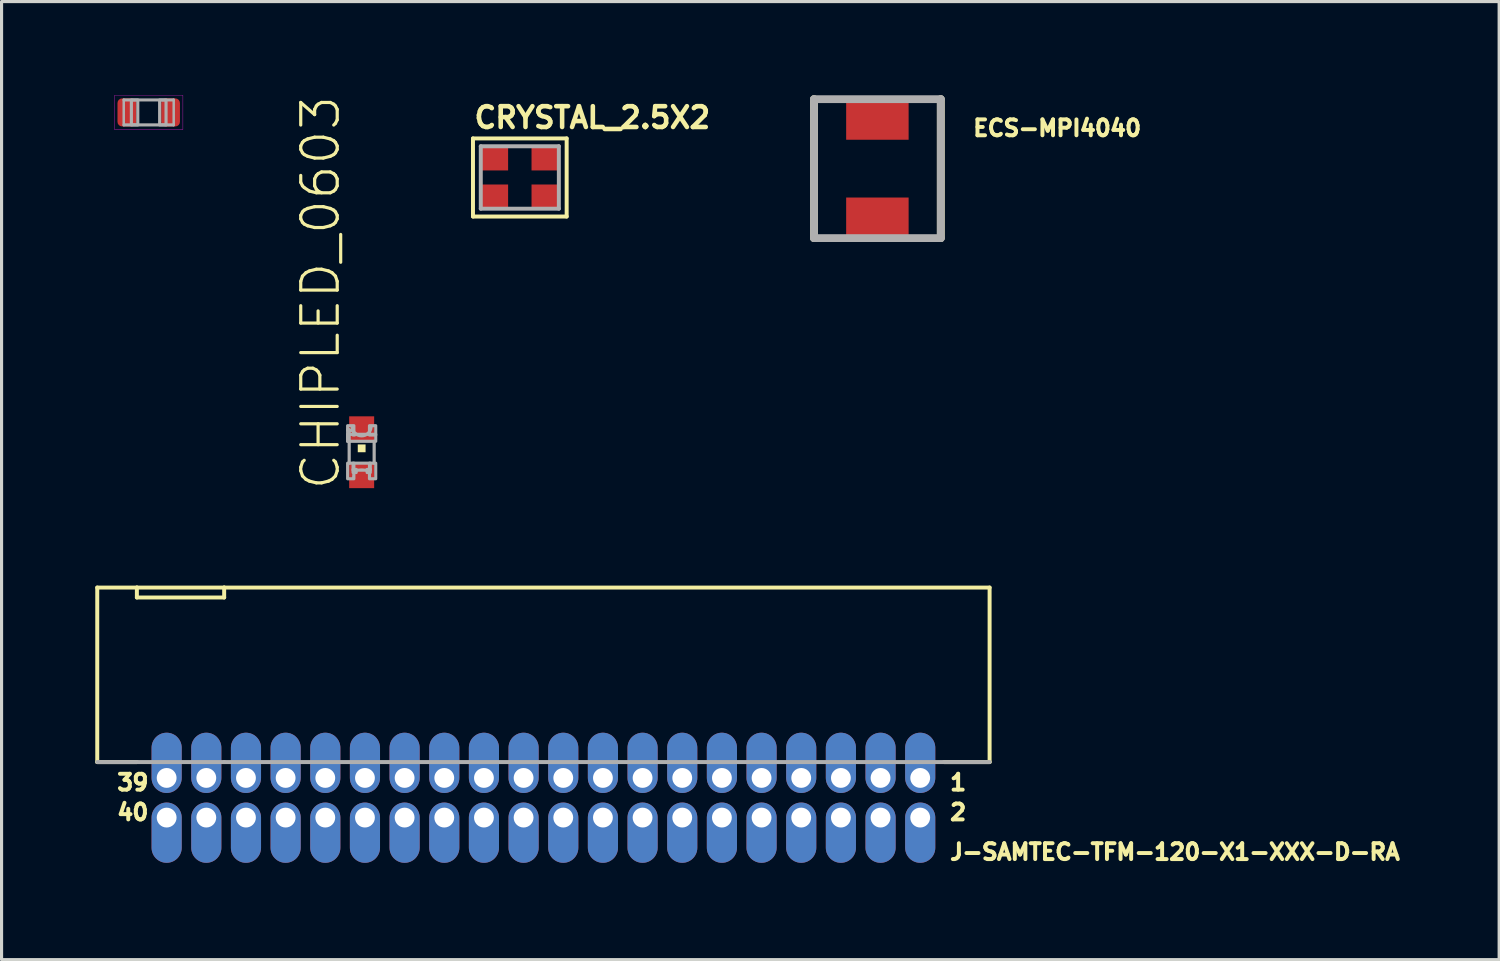
<source format=kicad_pcb>
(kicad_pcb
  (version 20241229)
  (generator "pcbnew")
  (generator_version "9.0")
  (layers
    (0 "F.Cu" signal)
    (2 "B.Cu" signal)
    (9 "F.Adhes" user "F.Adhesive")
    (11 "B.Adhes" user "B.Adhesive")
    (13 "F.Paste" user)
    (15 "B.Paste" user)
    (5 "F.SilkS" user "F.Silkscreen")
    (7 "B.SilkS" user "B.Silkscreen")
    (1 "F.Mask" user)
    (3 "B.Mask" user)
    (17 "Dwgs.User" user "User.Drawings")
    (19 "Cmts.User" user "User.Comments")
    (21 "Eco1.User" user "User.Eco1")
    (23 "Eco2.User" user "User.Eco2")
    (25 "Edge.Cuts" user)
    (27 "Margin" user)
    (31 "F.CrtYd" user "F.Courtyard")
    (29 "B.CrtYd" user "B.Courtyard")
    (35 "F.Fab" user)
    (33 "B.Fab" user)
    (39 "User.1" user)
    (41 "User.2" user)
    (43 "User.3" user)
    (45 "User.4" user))
  (footprint "CRYSTAL_2.5X2"
    (layer "F.Cu")
    (at 13.595 2.633)
    (property "Reference" "CRYSTAL_2.5X2" (at -1.532 -1.528 0) (layer "F.SilkS") (effects (font (size 0.666 0.666) (thickness 0.146)) (justify left bottom)))
    (fp_line (start -1.5 -1.25) (end 1.5 -1.25) (stroke (width 0.127) (type solid)) (layer "F.SilkS"))
    (fp_line (start -1.5 1.25) (end -1.5 -1.25) (stroke (width 0.127) (type solid)) (layer "F.SilkS"))
    (fp_line (start 1.5 -1.25) (end 1.5 1.25) (stroke (width 0.127) (type solid)) (layer "F.SilkS"))
    (fp_line (start 1.5 1.25) (end -1.5 1.25) (stroke (width 0.127) (type solid)) (layer "F.SilkS"))
    (fp_line (start -1.25 -1) (end 1.25 -1) (stroke (width 0.127) (type solid)) (layer "F.Fab"))
    (fp_line (start -1.25 1) (end -1.25 -1) (stroke (width 0.127) (type solid)) (layer "F.Fab"))
    (fp_line (start 1.25 -1) (end 1.25 1) (stroke (width 0.127) (type solid)) (layer "F.Fab"))
    (fp_line (start 1.25 1) (end -1.25 1) (stroke (width 0.127) (type solid)) (layer "F.Fab"))
    (pad "1" smd rect (at -0.825 0.625) (size 0.9 0.8) (layers "F.Cu" "F.Mask" "F.Paste"))
    (pad "2" smd rect (at 0.825 0.625) (size 0.9 0.8) (layers "F.Cu" "F.Mask" "F.Paste"))
    (pad "3" smd rect (at 0.825 -0.625) (size 0.9 0.8) (layers "F.Cu" "F.Mask" "F.Paste"))
    (pad "4" smd rect (at -0.825 -0.625) (size 0.9 0.8) (layers "F.Cu" "F.Mask" "F.Paste")))
  (footprint "J-SAMTEC-TFM-120-X1-XXX-D-RA"
    (layer "F.Cu")
    (at 14.351 22.495)
    (property "Reference" "J-SAMTEC-TFM-120-X1-XXX-D-RA" (at 12.954 2.032 0) (layer "F.SilkS") (effects (font (size 0.508 0.508) (thickness 0.127)) (justify left bottom)))
    (fp_line (start -14.287 -6.731) (end -13.018 -6.731) (stroke (width 0.127) (type solid)) (layer "F.SilkS"))
    (fp_line (start -14.287 -1.143) (end -14.287 -6.731) (stroke (width 0.127) (type solid)) (layer "F.SilkS"))
    (fp_line (start -14.287 -1.143) (end -13.018 -1.143) (stroke (width 0.127) (type solid)) (layer "F.SilkS"))
    (fp_line (start -13.018 -6.731) (end -13.018 -6.413) (stroke (width 0.127) (type solid)) (layer "F.SilkS"))
    (fp_line (start -13.018 -6.731) (end -10.223 -6.731) (stroke (width 0.127) (type solid)) (layer "F.SilkS"))
    (fp_line (start -13.018 -6.413) (end -10.223 -6.413) (stroke (width 0.127) (type solid)) (layer "F.SilkS"))
    (fp_line (start -10.223 -6.731) (end 14.287 -6.731) (stroke (width 0.127) (type solid)) (layer "F.SilkS"))
    (fp_line (start -10.223 -6.413) (end -10.223 -6.731) (stroke (width 0.127) (type solid)) (layer "F.SilkS"))
    (fp_line (start 12.827 -1.143) (end 14.287 -1.143) (stroke (width 0.127) (type solid)) (layer "F.SilkS"))
    (fp_line (start 14.287 -6.731) (end 14.287 -1.143) (stroke (width 0.127) (type solid)) (layer "F.SilkS"))
    (fp_line (start -14.287 -1.143) (end -13.018 -1.143) (stroke (width 0.127) (type solid)) (layer "F.Fab"))
    (fp_line (start -13.018 -1.143) (end -10.223 -1.143) (stroke (width 0.127) (type solid)) (layer "F.Fab"))
    (fp_line (start -10.223 -1.143) (end 14.287 -1.143) (stroke (width 0.127) (type solid)) (layer "F.Fab"))
    (fp_text user "39" (at -13.716 -0.191 0) (layer "F.SilkS") (effects (font (size 0.508 0.508) (thickness 0.127)) (justify left bottom)))
    (fp_text user "40" (at -13.716 0.762 0) (layer "F.SilkS") (effects (font (size 0.508 0.508) (thickness 0.127)) (justify left bottom)))
    (fp_text user "1" (at 12.954 -0.191 0) (layer "F.SilkS") (effects (font (size 0.508 0.508) (thickness 0.127)) (justify left bottom)))
    (fp_text user "2" (at 12.954 0.762 0) (layer "F.SilkS") (effects (font (size 0.508 0.508) (thickness 0.127)) (justify left bottom)))
    (pad "1" thru_hole oval (at 12.065 -0.635 90) (size 1.93 0.965) (drill 0.635 (offset 0.483 0)) (layers "*.Cu" "*.Mask"))
    (pad "2" thru_hole oval (at 12.065 0.635 270) (size 1.93 0.965) (drill 0.635 (offset 0.483 0)) (layers "*.Cu" "*.Mask"))
    (pad "3" thru_hole oval (at 10.795 -0.635 90) (size 1.93 0.965) (drill 0.635 (offset 0.483 0)) (layers "*.Cu" "*.Mask"))
    (pad "4" thru_hole oval (at 10.795 0.635 270) (size 1.93 0.965) (drill 0.635 (offset 0.483 0)) (layers "*.Cu" "*.Mask"))
    (pad "5" thru_hole oval (at 9.525 -0.635 90) (size 1.93 0.965) (drill 0.635 (offset 0.483 0)) (layers "*.Cu" "*.Mask"))
    (pad "6" thru_hole oval (at 9.525 0.635 270) (size 1.93 0.965) (drill 0.635 (offset 0.483 0)) (layers "*.Cu" "*.Mask"))
    (pad "7" thru_hole oval (at 8.255 -0.635 90) (size 1.93 0.965) (drill 0.635 (offset 0.483 0)) (layers "*.Cu" "*.Mask"))
    (pad "8" thru_hole oval (at 8.255 0.635 270) (size 1.93 0.965) (drill 0.635 (offset 0.483 0)) (layers "*.Cu" "*.Mask"))
    (pad "9" thru_hole oval (at 6.985 -0.635 90) (size 1.93 0.965) (drill 0.635 (offset 0.483 0)) (layers "*.Cu" "*.Mask"))
    (pad "10" thru_hole oval (at 6.985 0.635 270) (size 1.93 0.965) (drill 0.635 (offset 0.483 0)) (layers "*.Cu" "*.Mask"))
    (pad "11" thru_hole oval (at 5.715 -0.635 90) (size 1.93 0.965) (drill 0.635 (offset 0.483 0)) (layers "*.Cu" "*.Mask"))
    (pad "12" thru_hole oval (at 5.715 0.635 270) (size 1.93 0.965) (drill 0.635 (offset 0.483 0)) (layers "*.Cu" "*.Mask"))
    (pad "13" thru_hole oval (at 4.445 -0.635 90) (size 1.93 0.965) (drill 0.635 (offset 0.483 0)) (layers "*.Cu" "*.Mask"))
    (pad "14" thru_hole oval (at 4.445 0.635 270) (size 1.93 0.965) (drill 0.635 (offset 0.483 0)) (layers "*.Cu" "*.Mask"))
    (pad "15" thru_hole oval (at 3.175 -0.635 90) (size 1.93 0.965) (drill 0.635 (offset 0.483 0)) (layers "*.Cu" "*.Mask"))
    (pad "16" thru_hole oval (at 3.175 0.635 270) (size 1.93 0.965) (drill 0.635 (offset 0.483 0)) (layers "*.Cu" "*.Mask"))
    (pad "17" thru_hole oval (at 1.905 -0.635 90) (size 1.93 0.965) (drill 0.635 (offset 0.483 0)) (layers "*.Cu" "*.Mask"))
    (pad "18" thru_hole oval (at 1.905 0.635 270) (size 1.93 0.965) (drill 0.635 (offset 0.483 0)) (layers "*.Cu" "*.Mask"))
    (pad "19" thru_hole oval (at 0.635 -0.635 90) (size 1.93 0.965) (drill 0.635 (offset 0.483 0)) (layers "*.Cu" "*.Mask"))
    (pad "20" thru_hole oval (at 0.635 0.635 270) (size 1.93 0.965) (drill 0.635 (offset 0.483 0)) (layers "*.Cu" "*.Mask"))
    (pad "21" thru_hole oval (at -0.635 -0.635 90) (size 1.93 0.965) (drill 0.635 (offset 0.483 0)) (layers "*.Cu" "*.Mask"))
    (pad "22" thru_hole oval (at -0.635 0.635 270) (size 1.93 0.965) (drill 0.635 (offset 0.483 0)) (layers "*.Cu" "*.Mask"))
    (pad "23" thru_hole oval (at -1.905 -0.635 90) (size 1.93 0.965) (drill 0.635 (offset 0.483 0)) (layers "*.Cu" "*.Mask"))
    (pad "24" thru_hole oval (at -1.905 0.635 270) (size 1.93 0.965) (drill 0.635 (offset 0.483 0)) (layers "*.Cu" "*.Mask"))
    (pad "25" thru_hole oval (at -3.175 -0.635 90) (size 1.93 0.965) (drill 0.635 (offset 0.483 0)) (layers "*.Cu" "*.Mask"))
    (pad "26" thru_hole oval (at -3.175 0.635 270) (size 1.93 0.965) (drill 0.635 (offset 0.483 0)) (layers "*.Cu" "*.Mask"))
    (pad "27" thru_hole oval (at -4.445 -0.635 90) (size 1.93 0.965) (drill 0.635 (offset 0.483 0)) (layers "*.Cu" "*.Mask"))
    (pad "28" thru_hole oval (at -4.445 0.635 270) (size 1.93 0.965) (drill 0.635 (offset 0.483 0)) (layers "*.Cu" "*.Mask"))
    (pad "29" thru_hole oval (at -5.715 -0.635 90) (size 1.93 0.965) (drill 0.635 (offset 0.483 0)) (layers "*.Cu" "*.Mask"))
    (pad "30" thru_hole oval (at -5.715 0.635 270) (size 1.93 0.965) (drill 0.635 (offset 0.483 0)) (layers "*.Cu" "*.Mask"))
    (pad "31" thru_hole oval (at -6.985 -0.635 90) (size 1.93 0.965) (drill 0.635 (offset 0.483 0)) (layers "*.Cu" "*.Mask"))
    (pad "32" thru_hole oval (at -6.985 0.635 270) (size 1.93 0.965) (drill 0.635 (offset 0.483 0)) (layers "*.Cu" "*.Mask"))
    (pad "33" thru_hole oval (at -8.255 -0.635 90) (size 1.93 0.965) (drill 0.635 (offset 0.483 0)) (layers "*.Cu" "*.Mask"))
    (pad "34" thru_hole oval (at -8.255 0.635 270) (size 1.93 0.965) (drill 0.635 (offset 0.483 0)) (layers "*.Cu" "*.Mask"))
    (pad "35" thru_hole oval (at -9.525 -0.635 90) (size 1.93 0.965) (drill 0.635 (offset 0.483 0)) (layers "*.Cu" "*.Mask"))
    (pad "36" thru_hole oval (at -9.525 0.635 270) (size 1.93 0.965) (drill 0.635 (offset 0.483 0)) (layers "*.Cu" "*.Mask"))
    (pad "37" thru_hole oval (at -10.795 -0.635 90) (size 1.93 0.965) (drill 0.635 (offset 0.483 0)) (layers "*.Cu" "*.Mask"))
    (pad "38" thru_hole oval (at -10.795 0.635 270) (size 1.93 0.965) (drill 0.635 (offset 0.483 0)) (layers "*.Cu" "*.Mask"))
    (pad "39" thru_hole oval (at -12.065 -0.635 90) (size 1.93 0.965) (drill 0.635 (offset 0.483 0)) (layers "*.Cu" "*.Mask"))
    (pad "40" thru_hole oval (at -12.065 0.635 270) (size 1.93 0.965) (drill 0.635 (offset 0.483 0)) (layers "*.Cu" "*.Mask")))
  (footprint "CHIPLED_0603"
    (layer "F.Cu")
    (at 8.531 11.431)
    (property "Reference" "CHIPLED_0603" (at -0.635 1.27 90) (layer "F.SilkS") (effects (font (size 1.168 1.168) (thickness 0.102)) (justify left bottom)))
    (fp_poly (pts (xy -0.125 0) (xy 0.125 0) (xy 0.125 -0.25) (xy -0.125 -0.25)) (stroke (width 0) (type solid)) (fill yes) (layer "F.SilkS"))
    (fp_line (start -0.4 -0.375) (end -0.4 0.35) (stroke (width 0.102) (type solid)) (layer "F.Fab"))
    (fp_line (start 0.4 -0.35) (end 0.4 0.35) (stroke (width 0.102) (type solid)) (layer "F.Fab"))
    (fp_arc (start -0.275 0.825) (mid 0 0.55) (end 0.275 0.825) (stroke (width 0.0508) (type solid)) (layer "F.Fab"))
    (fp_arc (start 0.3 -0.799998) (mid -0.000001 -0.524966) (end -0.3 -0.8) (stroke (width 0.1016) (type solid)) (layer "F.Fab"))
    (fp_circle (center -0.35 -0.625) (end -0.275 -0.625) (stroke (width 0.051) (type solid)) (fill no) (layer "F.Fab"))
    (fp_poly (pts (xy -0.45 -0.7) (xy -0.25 -0.7) (xy -0.25 -0.85) (xy -0.45 -0.85)) (stroke (width 0.1) (type solid)) (fill no) (layer "F.Fab"))
    (fp_poly (pts (xy -0.45 -0.35) (xy -0.4 -0.35) (xy -0.4 -0.725) (xy -0.45 -0.725)) (stroke (width 0.1) (type solid)) (fill no) (layer "F.Fab"))
    (fp_poly (pts (xy -0.45 -0.35) (xy 0.45 -0.35) (xy 0.45 -0.575) (xy -0.45 -0.575)) (stroke (width 0.1) (type solid)) (fill no) (layer "F.Fab"))
    (fp_poly (pts (xy -0.45 0.85) (xy -0.25 0.85) (xy -0.25 0.35) (xy -0.45 0.35)) (stroke (width 0.1) (type solid)) (fill no) (layer "F.Fab"))
    (fp_poly (pts (xy -0.275 -0.55) (xy -0.225 -0.55) (xy -0.225 -0.6) (xy -0.275 -0.6)) (stroke (width 0.1) (type solid)) (fill no) (layer "F.Fab"))
    (fp_poly (pts (xy -0.275 0.575) (xy 0.275 0.575) (xy 0.275 0.35) (xy -0.275 0.35)) (stroke (width 0.1) (type solid)) (fill no) (layer "F.Fab"))
    (fp_poly (pts (xy -0.275 0.65) (xy -0.175 0.65) (xy -0.175 0.55) (xy -0.275 0.55)) (stroke (width 0.1) (type solid)) (fill no) (layer "F.Fab"))
    (fp_poly (pts (xy 0.175 0.65) (xy 0.275 0.65) (xy 0.275 0.55) (xy 0.175 0.55)) (stroke (width 0.1) (type solid)) (fill no) (layer "F.Fab"))
    (fp_poly (pts (xy 0.25 -0.55) (xy 0.45 -0.55) (xy 0.45 -0.85) (xy 0.25 -0.85)) (stroke (width 0.1) (type solid)) (fill no) (layer "F.Fab"))
    (fp_poly (pts (xy 0.25 0.85) (xy 0.45 0.85) (xy 0.45 0.35) (xy 0.25 0.35)) (stroke (width 0.1) (type solid)) (fill no) (layer "F.Fab"))
    (pad "A" smd rect (at 0 0.75) (size 0.8 0.8) (layers "F.Cu" "F.Mask" "F.Paste"))
    (pad "C" smd rect (at 0 -0.75) (size 0.8 0.8) (layers "F.Cu" "F.Mask" "F.Paste")))
  (footprint "ECS-MPI4040"
    (layer "F.Cu")
    (at 25.045 2.35)
    (property "Reference" "ECS-MPI4040" (at 3 -1 0) (layer "F.SilkS") (effects (font (size 0.508 0.508) (thickness 0.127)) (justify left bottom)))
    (fp_line (start -2.03 -2.225) (end -2.03 2.225) (stroke (width 0.25) (type solid)) (layer "F.SilkS"))
    (fp_line (start 2.03 -2.225) (end 2.03 2.225) (stroke (width 0.25) (type solid)) (layer "F.SilkS"))
    (fp_line (start -2.03 -2.225) (end -2.03 2.225) (stroke (width 0.25) (type solid)) (layer "F.Fab"))
    (fp_line (start 2.03 -2.225) (end -2.03 -2.225) (stroke (width 0.25) (type solid)) (layer "F.Fab"))
    (fp_line (start 2.03 -2.225) (end 2.03 2.225) (stroke (width 0.25) (type solid)) (layer "F.Fab"))
    (fp_line (start 2.03 2.225) (end -2.03 2.225) (stroke (width 0.25) (type solid)) (layer "F.Fab"))
    (pad "1" smd rect (at 0 -1.575) (size 2 1.3) (layers "F.Cu" "F.Mask" "F.Paste"))
    (pad "2" smd rect (at 0 1.575) (size 2 1.3) (layers "F.Cu" "F.Mask" "F.Paste")))
  (footprint ".0603-C-NOSILK"
    (layer "F.Cu")
    (at 1.712 0.55)
    (property "Reference" ".0603-C-NOSILK" (at 0 0 0) (layer "F.Mask") (effects (font (size 0.255 0.255) (thickness 0.045))))
    (fp_line (start -0.845 -0.295) (end -0.845 0.295) (stroke (width 0.43) (type solid)) (layer "F.Mask"))
    (fp_line (start -0.8 0.41) (end -0.8 -0.41) (stroke (width 0.08) (type solid)) (layer "F.Mask"))
    (fp_line (start -0.79 -0.4) (end 0.79 -0.4) (stroke (width 0.1) (type solid)) (layer "F.Mask"))
    (fp_line (start -0.555 -0.295) (end -0.845 -0.295) (stroke (width 0.43) (type solid)) (layer "F.Mask"))
    (fp_line (start -0.555 -0.295) (end -0.555 0.295) (stroke (width 0.43) (type solid)) (layer "F.Mask"))
    (fp_line (start -0.555 0.295) (end -0.845 0.295) (stroke (width 0.43) (type solid)) (layer "F.Mask"))
    (fp_line (start 0.555 -0.295) (end 0.555 0.295) (stroke (width 0.43) (type solid)) (layer "F.Mask"))
    (fp_line (start 0.79 0.4) (end -0.79 0.4) (stroke (width 0.1) (type solid)) (layer "F.Mask"))
    (fp_line (start 0.8 -0.41) (end 0.8 0.41) (stroke (width 0.08) (type solid)) (layer "F.Mask"))
    (fp_line (start 0.845 -0.295) (end 0.555 -0.295) (stroke (width 0.43) (type solid)) (layer "F.Mask"))
    (fp_line (start 0.845 -0.295) (end 0.845 0.295) (stroke (width 0.43) (type solid)) (layer "F.Mask"))
    (fp_line (start 0.845 0.295) (end 0.555 0.295) (stroke (width 0.43) (type solid)) (layer "F.Mask"))
    (fp_line (start -1.095 -0.545) (end -1.095 0.545) (stroke (width 0.01) (type solid)) (layer "F.CrtYd"))
    (fp_line (start -1.095 0.545) (end 1.095 0.545) (stroke (width 0.01) (type solid)) (layer "F.CrtYd"))
    (fp_line (start 1.095 -0.545) (end -1.095 -0.545) (stroke (width 0.01) (type solid)) (layer "F.CrtYd"))
    (fp_line (start 1.095 0.545) (end 1.095 -0.545) (stroke (width 0.01) (type solid)) (layer "F.CrtYd"))
    (fp_line (start -0.8 0.41) (end -0.8 -0.41) (stroke (width 0.08) (type solid)) (layer "F.Fab"))
    (fp_line (start -0.79 -0.4) (end 0.79 -0.4) (stroke (width 0.1) (type solid)) (layer "F.Fab"))
    (fp_line (start 0.79 0.4) (end -0.79 0.4) (stroke (width 0.1) (type solid)) (layer "F.Fab"))
    (fp_line (start 0.8 -0.41) (end 0.8 0.41) (stroke (width 0.08) (type solid)) (layer "F.Fab"))
    (fp_poly (pts (xy -0.555 0.4) (xy -0.35 0.4) (xy -0.35 -0.4) (xy -0.555 -0.4)) (stroke (width 0.1) (type solid)) (fill no) (layer "F.Fab"))
    (fp_poly (pts (xy 0.35 0.4) (xy 0.555 0.4) (xy 0.555 -0.4) (xy 0.35 -0.4)) (stroke (width 0.1) (type solid)) (fill no) (layer "F.Fab"))
    (pad "1" smd roundrect (at -0.7 0) (size 0.6 0.9) (layers "F.Cu" "F.Paste") (roundrect_rratio 0.25))
    (pad "2" smd roundrect (at 0.7 0) (size 0.6 0.9) (layers "F.Cu" "F.Paste") (roundrect_rratio 0.25)))
  (gr_rect
    (start -3 -3)
    (end 44.954 27.679)
    (stroke (width 0.1) (type default))
    (fill no)
    (layer "Edge.Cuts")))
</source>
